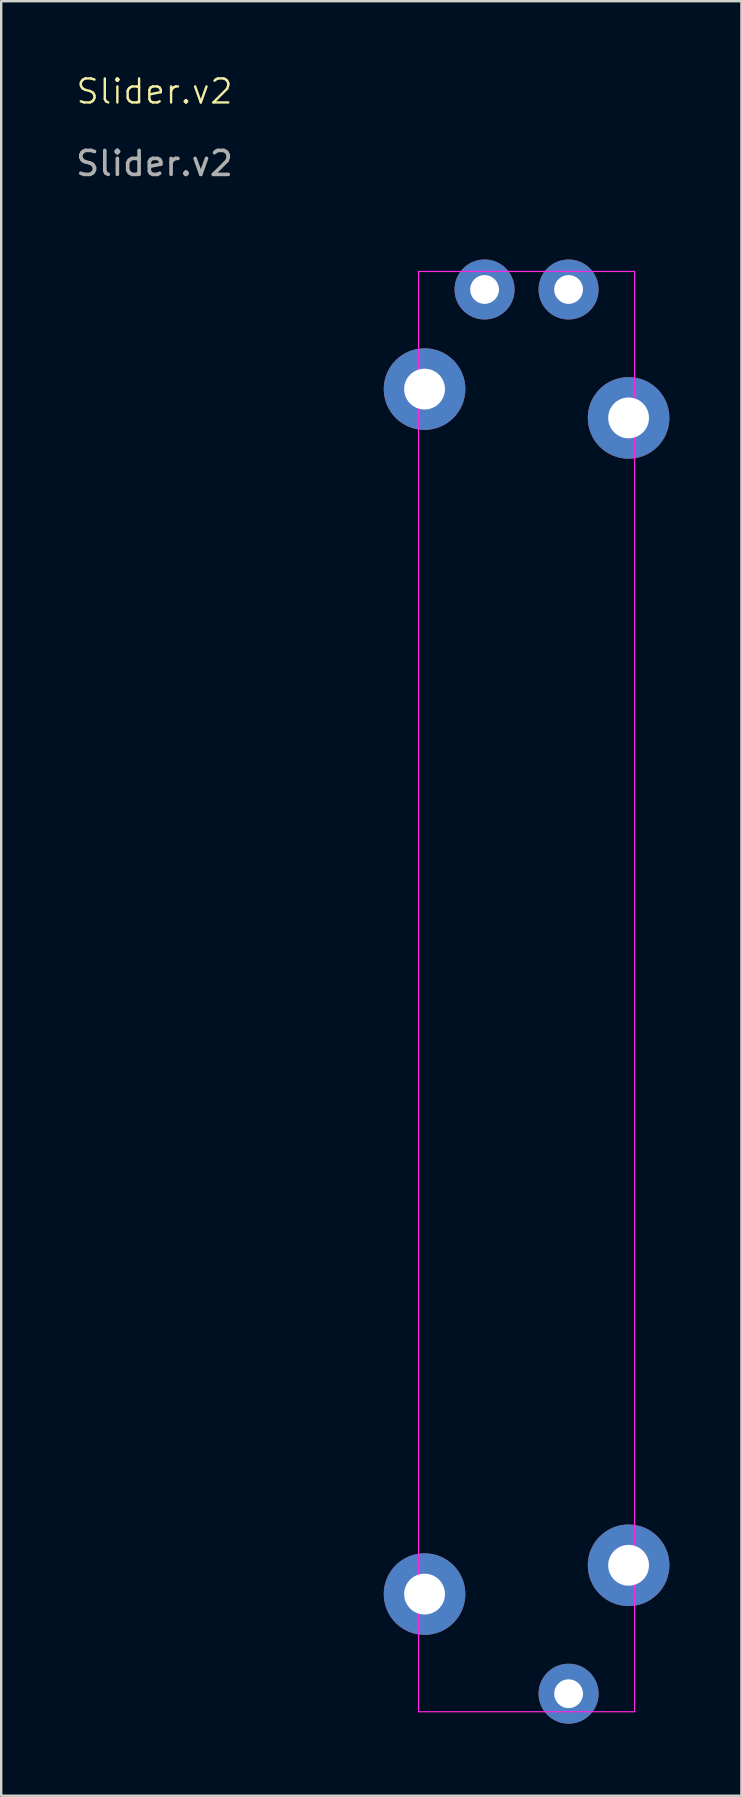
<source format=kicad_pcb>
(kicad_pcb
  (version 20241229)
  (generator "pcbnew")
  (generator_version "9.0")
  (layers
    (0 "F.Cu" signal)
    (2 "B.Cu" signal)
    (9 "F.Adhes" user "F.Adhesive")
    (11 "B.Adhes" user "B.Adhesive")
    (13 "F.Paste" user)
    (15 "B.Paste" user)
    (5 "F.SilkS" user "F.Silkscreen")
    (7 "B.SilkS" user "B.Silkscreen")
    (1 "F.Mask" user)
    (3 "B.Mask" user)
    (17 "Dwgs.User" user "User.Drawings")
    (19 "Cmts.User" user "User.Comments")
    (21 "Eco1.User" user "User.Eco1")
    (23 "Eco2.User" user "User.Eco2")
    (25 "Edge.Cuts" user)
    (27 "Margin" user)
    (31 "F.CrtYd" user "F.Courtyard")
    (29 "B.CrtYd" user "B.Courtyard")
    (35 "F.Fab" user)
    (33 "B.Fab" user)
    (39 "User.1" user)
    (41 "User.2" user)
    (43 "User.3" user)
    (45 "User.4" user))
  (footprint "Slider.v2"
    (layer "F.Cu")
    (at 3.387 1.26)
    (property "Reference" "Slider.v2" (at 0 -0.5 0) (unlocked yes) (layer "F.SilkS") (effects (font (size 1 1) (thickness 0.1))))
    (attr through_hole)
    (fp_line (start 11 7) (end 20 7) (stroke (width 0.05) (type default)) (layer "F.CrtYd"))
    (fp_line (start 11 67) (end 11 7) (stroke (width 0.05) (type default)) (layer "F.CrtYd"))
    (fp_line (start 11 67) (end 20 67) (stroke (width 0.05) (type default)) (layer "F.CrtYd"))
    (fp_line (start 20 67) (end 20 7) (stroke (width 0.05) (type default)) (layer "F.CrtYd"))
    (fp_text user "${REFERENCE}" (at 0 2.5 0) (unlocked yes) (layer "F.Fab") (effects (font (size 1 1) (thickness 0.15))))
    (pad "" thru_hole circle (at 11.25 11.9) (size 3.4 3.4) (drill 1.7) (layers "*.Cu" "*.Mask"))
    (pad "" thru_hole circle (at 11.25 62.1) (size 3.4 3.4) (drill 1.7) (layers "*.Cu" "*.Mask"))
    (pad "" thru_hole circle (at 19.75 13.1) (size 3.4 3.4) (drill 1.7) (layers "*.Cu" "*.Mask"))
    (pad "" thru_hole circle (at 19.75 60.9) (size 3.4 3.4) (drill 1.7) (layers "*.Cu" "*.Mask"))
    (pad "1" thru_hole circle (at 13.75 7.75) (size 2.5 2.5) (drill 1.2) (layers "*.Cu" "*.Mask"))
    (pad "2" thru_hole circle (at 17.25 7.75) (size 2.5 2.5) (drill 1.2) (layers "*.Cu" "*.Mask"))
    (pad "3" thru_hole circle (at 17.25 66.25) (size 2.5 2.5) (drill 1.2) (layers "*.Cu" "*.Mask")))
  (gr_rect
    (start -3 -3)
    (end 27.837 71.76)
    (stroke (width 0.1) (type default))
    (fill no)
    (layer "Edge.Cuts")))
</source>
